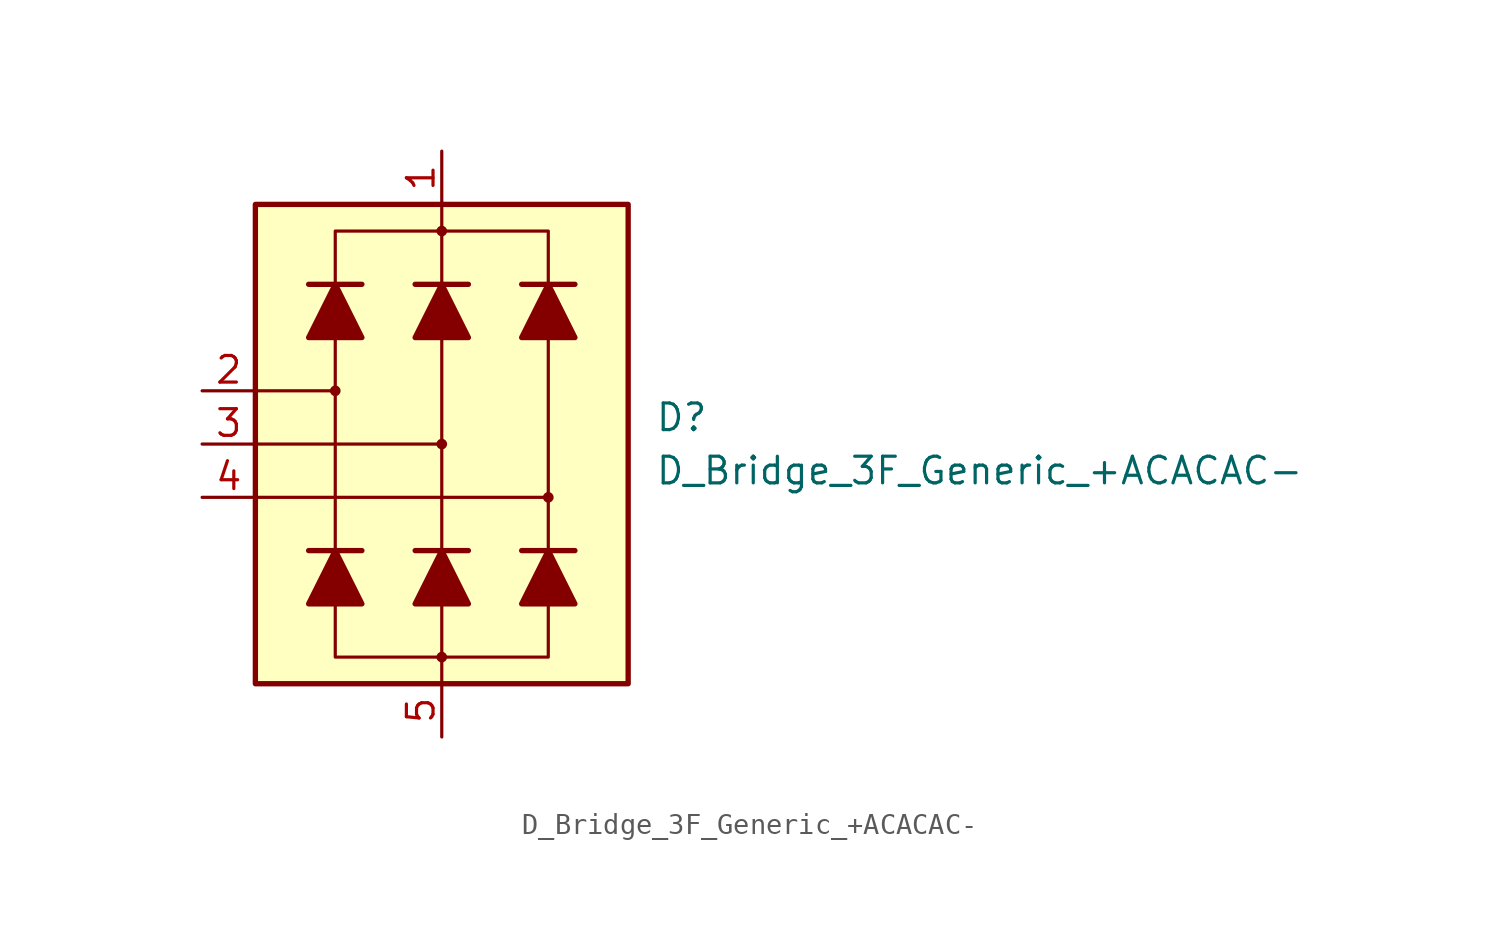
<source format=kicad_sym>
(kicad_symbol_lib
  (version 20231120)
  (generator "kicad_symbol_editor")
  (generator_version "8.0")
  (symbol "D_Bridge_3F_Generic_+ACACAC-"
    (pin_names hide)
    (property "Reference" "D"
      (at 10.16 1.27 0)
      (effects (font (size 1.27 1.27)) (justify left)))
    (property "Value" "D_Bridge_3F_Generic_+ACACAC-"
      (at 10.16 -1.27 0)
      (effects (font (size 1.27 1.27)) (justify left)))
    (symbol "D_Bridge_3F_Generic_+ACACAC-_0_1"
      (rectangle (start -8.89 11.43) (end 8.89 -11.43) (stroke (width 0.254) (type default)) (fill (type background)))
      (circle (center -5.08 2.54) (radius 0.178) (stroke (width 0) (type default)) (fill (type outline)))
      (circle (center 0 -10.16) (radius 0.178) (stroke (width 0) (type default)) (fill (type outline)))
      (polyline (pts (xy -8.89 -2.54) (xy 5.08 -2.54)) (stroke (width 0.152) (type default)) (fill (type none)))
      (polyline (pts (xy -8.89 0) (xy 0 0)) (stroke (width 0.152) (type default)) (fill (type none)))
      (polyline (pts (xy -8.89 2.54) (xy -5.08 2.54)) (stroke (width 0.152) (type default)) (fill (type none)))
      (polyline (pts (xy -6.35 -5.08) (xy -3.81 -5.08)) (stroke (width 0.254) (type default)) (fill (type none)))
      (polyline (pts (xy -6.35 7.62) (xy -3.81 7.62)) (stroke (width 0.254) (type default)) (fill (type none)))
      (polyline (pts (xy -5.08 -7.62) (xy -5.08 -5.08)) (stroke (width 0) (type default)) (fill (type none)))
      (polyline (pts (xy -5.08 -5.08) (xy -5.08 6.35)) (stroke (width 0.152) (type default)) (fill (type none)))
      (polyline (pts (xy -5.08 5.08) (xy -5.08 7.62)) (stroke (width 0) (type default)) (fill (type none)))
      (polyline (pts (xy -1.27 -5.08) (xy 1.27 -5.08)) (stroke (width 0.254) (type default)) (fill (type none)))
      (polyline (pts (xy -1.27 7.62) (xy 1.27 7.62)) (stroke (width 0.254) (type default)) (fill (type none)))
      (polyline (pts (xy 0 -7.62) (xy 0 -11.43)) (stroke (width 0.152) (type default)) (fill (type none)))
      (polyline (pts (xy 0 -7.62) (xy 0 -5.08)) (stroke (width 0) (type default)) (fill (type none)))
      (polyline (pts (xy 0 -5.08) (xy 0 6.35)) (stroke (width 0.152) (type default)) (fill (type none)))
      (polyline (pts (xy 0 5.08) (xy 0 7.62)) (stroke (width 0) (type default)) (fill (type none)))
      (polyline (pts (xy 0 7.62) (xy 0 11.43)) (stroke (width 0.152) (type default)) (fill (type none)))
      (polyline (pts (xy 3.81 -5.08) (xy 6.35 -5.08)) (stroke (width 0.254) (type default)) (fill (type none)))
      (polyline (pts (xy 3.81 7.62) (xy 6.35 7.62)) (stroke (width 0.254) (type default)) (fill (type none)))
      (polyline (pts (xy 5.08 -7.62) (xy 5.08 -5.08)) (stroke (width 0) (type default)) (fill (type none)))
      (polyline (pts (xy 5.08 -5.08) (xy 5.08 6.35)) (stroke (width 0.152) (type default)) (fill (type none)))
      (polyline (pts (xy 5.08 5.08) (xy 5.08 7.62)) (stroke (width 0) (type default)) (fill (type none)))
      (polyline (pts (xy -6.35 -7.62) (xy -3.81 -7.62) (xy -5.08 -5.08) (xy -6.35 -7.62)) (stroke (width 0.254) (type default)) (fill (type outline)))
      (polyline (pts (xy -6.35 5.08) (xy -3.81 5.08) (xy -5.08 7.62) (xy -6.35 5.08)) (stroke (width 0.254) (type default)) (fill (type outline)))
      (polyline (pts (xy -5.08 -7.62) (xy -5.08 -10.16) (xy 5.08 -10.16) (xy 5.08 -7.62)) (stroke (width 0.152) (type default)) (fill (type none)))
      (polyline (pts (xy -5.08 7.62) (xy -5.08 10.16) (xy 5.08 10.16) (xy 5.08 7.62)) (stroke (width 0.152) (type default)) (fill (type none)))
      (polyline (pts (xy -1.27 -7.62) (xy 1.27 -7.62) (xy 0 -5.08) (xy -1.27 -7.62)) (stroke (width 0.254) (type default)) (fill (type outline)))
      (polyline (pts (xy -1.27 5.08) (xy 1.27 5.08) (xy 0 7.62) (xy -1.27 5.08)) (stroke (width 0.254) (type default)) (fill (type outline)))
      (polyline (pts (xy 3.81 -7.62) (xy 6.35 -7.62) (xy 5.08 -5.08) (xy 3.81 -7.62)) (stroke (width 0.254) (type default)) (fill (type outline)))
      (polyline (pts (xy 3.81 5.08) (xy 6.35 5.08) (xy 5.08 7.62) (xy 3.81 5.08)) (stroke (width 0.254) (type default)) (fill (type outline)))
      (circle (center 0 0) (radius 0.178) (stroke (width 0) (type default)) (fill (type outline)))
      (circle (center 0 10.16) (radius 0.178) (stroke (width 0) (type default)) (fill (type outline)))
      (circle (center 5.08 -2.54) (radius 0.178) (stroke (width 0) (type default)) (fill (type outline))))
    (symbol "D_Bridge_3F_Generic_+ACACAC-_1_1"
      (pin passive line (at 0 13.97 270) (length 2.54) (name "+" (effects (font (size 1.27 1.27)))) (number "1" (effects (font (size 1.27 1.27)))))
      (pin passive line (at -11.43 2.54 0) (length 2.54) (name "AC" (effects (font (size 1.27 1.27)))) (number "2" (effects (font (size 1.27 1.27)))))
      (pin passive line (at -11.43 0 0) (length 2.54) (name "AC" (effects (font (size 1.27 1.27)))) (number "3" (effects (font (size 1.27 1.27)))))
      (pin passive line (at -11.43 -2.54 0) (length 2.54) (name "AC" (effects (font (size 1.27 1.27)))) (number "4" (effects (font (size 1.27 1.27)))))
      (pin passive line (at 0 -13.97 90) (length 2.54) (name "-" (effects (font (size 1.27 1.27)))) (number "5" (effects (font (size 1.27 1.27))))))))
</source>
